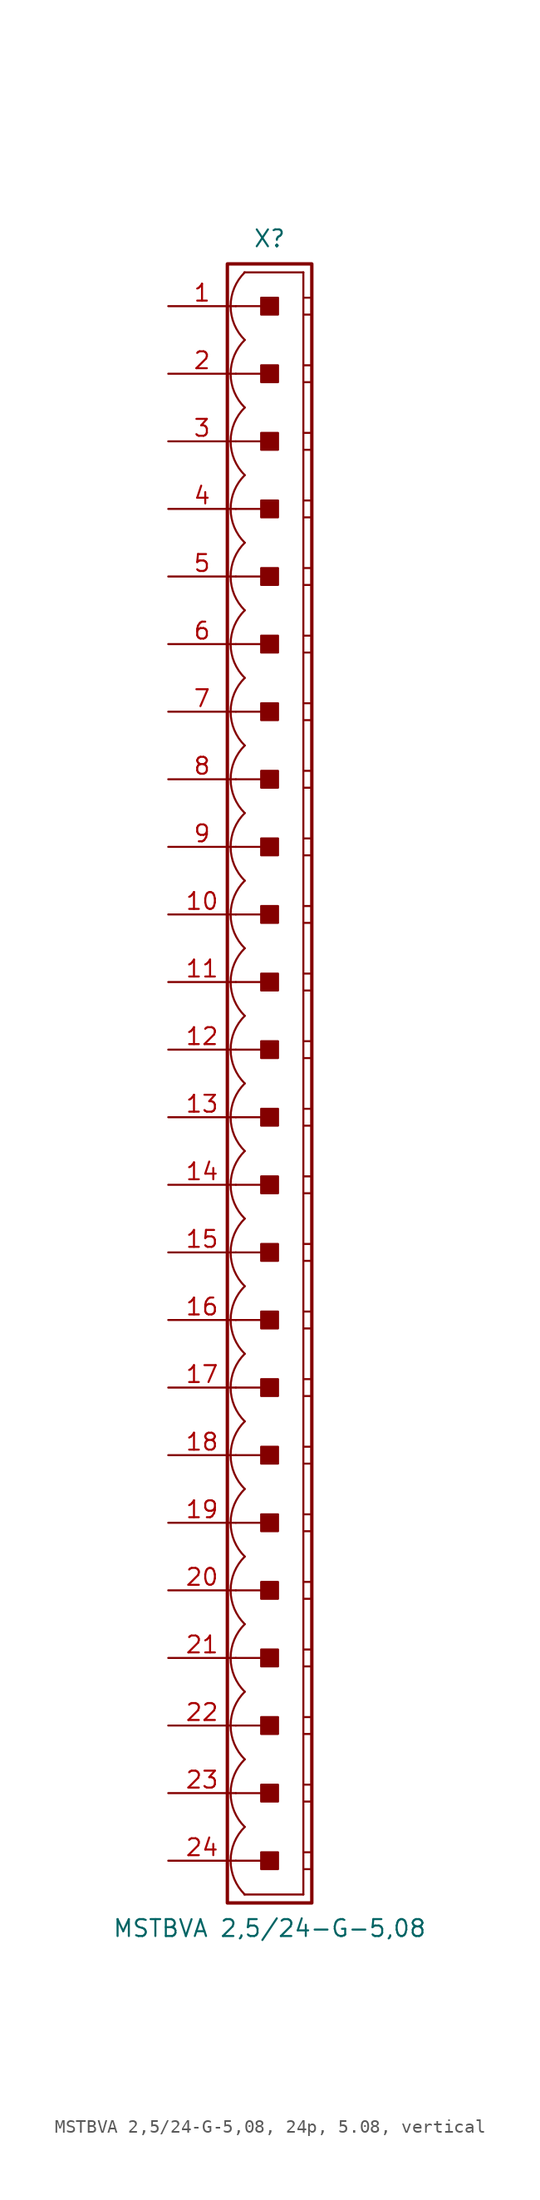
<source format=kicad_sym>
(kicad_symbol_lib
  (version 20241209)
  (generator "kicad_symbol_editor")
  (generator_version "9.0")
  (symbol "MSTBVA 2,5/24-G-5,08, 24p, 5.08, vertical"
    (pin_names
      (offset 1.016)
      (hide yes))
    (property "Reference" "X"
      (at 0 63.5 0)
      (effects (font (size 1.27 1.27))))
    (property "Value" "MSTBVA 2,5/24-G-5,08"
      (at 0 -63.5 0)
      (effects (font (size 1.27 1.27))))
    (property "Label" ""
      (at 0 0 0)
      (effects (font (size 1.27 1.27) (thickness 0.254) (bold yes))))
    (symbol "MSTBVA 2,5/24-G-5,08, 24p, 5.08, vertical_0_1"
      (polyline (pts (xy 2.54 60.96) (xy -1.905 60.96)) (stroke (width 0.152) (type default)) (fill (type none)))
      (polyline (pts (xy 2.54 60.96) (xy 2.54 -60.96)) (stroke (width 0.152) (type default)) (fill (type none)))
      (polyline (pts (xy 2.54 59.055) (xy 3.175 59.055)) (stroke (width 0.152) (type default)) (fill (type none)))
      (polyline (pts (xy 2.54 57.785) (xy 3.175 57.785)) (stroke (width 0.152) (type default)) (fill (type none)))
      (polyline (pts (xy 2.54 53.975) (xy 3.175 53.975)) (stroke (width 0.152) (type default)) (fill (type none)))
      (polyline (pts (xy 2.54 52.705) (xy 3.175 52.705)) (stroke (width 0.152) (type default)) (fill (type none)))
      (polyline (pts (xy 2.54 48.895) (xy 3.175 48.895)) (stroke (width 0.152) (type default)) (fill (type none)))
      (polyline (pts (xy 2.54 47.625) (xy 3.175 47.625)) (stroke (width 0.152) (type default)) (fill (type none)))
      (polyline (pts (xy 2.54 43.815) (xy 3.175 43.815)) (stroke (width 0.152) (type default)) (fill (type none)))
      (polyline (pts (xy 2.54 42.545) (xy 3.175 42.545)) (stroke (width 0.152) (type default)) (fill (type none)))
      (polyline (pts (xy 2.54 38.735) (xy 3.175 38.735)) (stroke (width 0.152) (type default)) (fill (type none)))
      (polyline (pts (xy 2.54 37.465) (xy 3.175 37.465)) (stroke (width 0.152) (type default)) (fill (type none)))
      (polyline (pts (xy 2.54 33.655) (xy 3.175 33.655)) (stroke (width 0.152) (type default)) (fill (type none)))
      (polyline (pts (xy 2.54 32.385) (xy 3.175 32.385)) (stroke (width 0.152) (type default)) (fill (type none)))
      (polyline (pts (xy 2.54 28.575) (xy 3.175 28.575)) (stroke (width 0.152) (type default)) (fill (type none)))
      (polyline (pts (xy 2.54 27.305) (xy 3.175 27.305)) (stroke (width 0.152) (type default)) (fill (type none)))
      (polyline (pts (xy 2.54 23.495) (xy 3.175 23.495)) (stroke (width 0.152) (type default)) (fill (type none)))
      (polyline (pts (xy 2.54 22.225) (xy 3.175 22.225)) (stroke (width 0.152) (type default)) (fill (type none)))
      (polyline (pts (xy 2.54 18.415) (xy 3.175 18.415)) (stroke (width 0.152) (type default)) (fill (type none)))
      (polyline (pts (xy 2.54 17.145) (xy 3.175 17.145)) (stroke (width 0.152) (type default)) (fill (type none)))
      (polyline (pts (xy 2.54 13.335) (xy 3.175 13.335)) (stroke (width 0.152) (type default)) (fill (type none)))
      (polyline (pts (xy 2.54 12.065) (xy 3.175 12.065)) (stroke (width 0.152) (type default)) (fill (type none)))
      (polyline (pts (xy 2.54 8.255) (xy 3.175 8.255)) (stroke (width 0.152) (type default)) (fill (type none)))
      (polyline (pts (xy 2.54 6.985) (xy 3.175 6.985)) (stroke (width 0.152) (type default)) (fill (type none)))
      (polyline (pts (xy 2.54 3.175) (xy 3.175 3.175)) (stroke (width 0.152) (type default)) (fill (type none)))
      (polyline (pts (xy 2.54 1.905) (xy 3.175 1.905)) (stroke (width 0.152) (type default)) (fill (type none)))
      (polyline (pts (xy 2.54 -1.905) (xy 3.175 -1.905)) (stroke (width 0.152) (type default)) (fill (type none)))
      (polyline (pts (xy 2.54 -3.175) (xy 3.175 -3.175)) (stroke (width 0.152) (type default)) (fill (type none)))
      (polyline (pts (xy 2.54 -6.985) (xy 3.175 -6.985)) (stroke (width 0.152) (type default)) (fill (type none)))
      (polyline (pts (xy 2.54 -8.255) (xy 3.175 -8.255)) (stroke (width 0.152) (type default)) (fill (type none)))
      (polyline (pts (xy 2.54 -12.065) (xy 3.175 -12.065)) (stroke (width 0.152) (type default)) (fill (type none)))
      (polyline (pts (xy 2.54 -13.335) (xy 3.175 -13.335)) (stroke (width 0.152) (type default)) (fill (type none)))
      (polyline (pts (xy 2.54 -17.145) (xy 3.175 -17.145)) (stroke (width 0.152) (type default)) (fill (type none)))
      (polyline (pts (xy 2.54 -18.415) (xy 3.175 -18.415)) (stroke (width 0.152) (type default)) (fill (type none)))
      (polyline (pts (xy 2.54 -22.225) (xy 3.175 -22.225)) (stroke (width 0.152) (type default)) (fill (type none)))
      (polyline (pts (xy 2.54 -23.495) (xy 3.175 -23.495)) (stroke (width 0.152) (type default)) (fill (type none)))
      (polyline (pts (xy 2.54 -27.305) (xy 3.175 -27.305)) (stroke (width 0.152) (type default)) (fill (type none)))
      (polyline (pts (xy 2.54 -28.575) (xy 3.175 -28.575)) (stroke (width 0.152) (type default)) (fill (type none)))
      (polyline (pts (xy 2.54 -32.385) (xy 3.175 -32.385)) (stroke (width 0.152) (type default)) (fill (type none)))
      (polyline (pts (xy 2.54 -33.655) (xy 3.175 -33.655)) (stroke (width 0.152) (type default)) (fill (type none)))
      (polyline (pts (xy 2.54 -37.465) (xy 3.175 -37.465)) (stroke (width 0.152) (type default)) (fill (type none)))
      (polyline (pts (xy 2.54 -38.735) (xy 3.175 -38.735)) (stroke (width 0.152) (type default)) (fill (type none)))
      (polyline (pts (xy 2.54 -42.545) (xy 3.175 -42.545)) (stroke (width 0.152) (type default)) (fill (type none)))
      (polyline (pts (xy 2.54 -43.815) (xy 3.175 -43.815)) (stroke (width 0.152) (type default)) (fill (type none)))
      (polyline (pts (xy 2.54 -47.625) (xy 3.175 -47.625)) (stroke (width 0.152) (type default)) (fill (type none)))
      (polyline (pts (xy 2.54 -48.895) (xy 3.175 -48.895)) (stroke (width 0.152) (type default)) (fill (type none)))
      (polyline (pts (xy 2.54 -52.705) (xy 3.175 -52.705)) (stroke (width 0.152) (type default)) (fill (type none)))
      (polyline (pts (xy 2.54 -53.975) (xy 3.175 -53.975)) (stroke (width 0.152) (type default)) (fill (type none)))
      (polyline (pts (xy 2.54 -57.785) (xy 3.175 -57.785)) (stroke (width 0.152) (type default)) (fill (type none)))
      (polyline (pts (xy 2.54 -59.055) (xy 3.175 -59.055)) (stroke (width 0.152) (type default)) (fill (type none)))
      (polyline (pts (xy 2.54 -60.96) (xy -1.905 -60.96)) (stroke (width 0.152) (type default)) (fill (type none))))
    (symbol "MSTBVA 2,5/24-G-5,08, 24p, 5.08, vertical_1_0"
      (polyline (pts (xy -2.54 58.42) (xy 0 58.42)) (stroke (width 0.152) (type default)) (fill (type none)))
      (polyline (pts (xy -2.54 53.34) (xy 0 53.34)) (stroke (width 0.152) (type default)) (fill (type none)))
      (polyline (pts (xy -2.54 48.26) (xy 0 48.26)) (stroke (width 0.152) (type default)) (fill (type none)))
      (polyline (pts (xy -2.54 43.18) (xy 0 43.18)) (stroke (width 0.152) (type default)) (fill (type none)))
      (polyline (pts (xy -2.54 38.1) (xy 0 38.1)) (stroke (width 0.152) (type default)) (fill (type none)))
      (polyline (pts (xy -2.54 33.02) (xy 0 33.02)) (stroke (width 0.152) (type default)) (fill (type none)))
      (polyline (pts (xy -2.54 27.94) (xy 0 27.94)) (stroke (width 0.152) (type default)) (fill (type none)))
      (polyline (pts (xy -2.54 22.86) (xy 0 22.86)) (stroke (width 0.152) (type default)) (fill (type none)))
      (polyline (pts (xy -2.54 17.78) (xy 0 17.78)) (stroke (width 0.152) (type default)) (fill (type none)))
      (polyline (pts (xy -2.54 12.7) (xy 0 12.7)) (stroke (width 0.152) (type default)) (fill (type none)))
      (polyline (pts (xy -2.54 7.62) (xy 0 7.62)) (stroke (width 0.152) (type default)) (fill (type none)))
      (polyline (pts (xy -2.54 2.54) (xy 0 2.54)) (stroke (width 0.152) (type default)) (fill (type none)))
      (polyline (pts (xy -2.54 -2.54) (xy 0 -2.54)) (stroke (width 0.152) (type default)) (fill (type none)))
      (polyline (pts (xy -2.54 -7.62) (xy 0 -7.62)) (stroke (width 0.152) (type default)) (fill (type none)))
      (polyline (pts (xy -2.54 -12.7) (xy 0 -12.7)) (stroke (width 0.152) (type default)) (fill (type none)))
      (polyline (pts (xy -2.54 -17.78) (xy 0 -17.78)) (stroke (width 0.152) (type default)) (fill (type none)))
      (polyline (pts (xy -2.54 -22.86) (xy 0 -22.86)) (stroke (width 0.152) (type default)) (fill (type none)))
      (polyline (pts (xy -2.54 -27.94) (xy 0 -27.94)) (stroke (width 0.152) (type default)) (fill (type none)))
      (polyline (pts (xy -2.54 -33.02) (xy 0 -33.02)) (stroke (width 0.152) (type default)) (fill (type none)))
      (polyline (pts (xy -2.54 -38.1) (xy 0 -38.1)) (stroke (width 0.152) (type default)) (fill (type none)))
      (polyline (pts (xy -2.54 -43.18) (xy 0 -43.18)) (stroke (width 0.152) (type default)) (fill (type none)))
      (polyline (pts (xy -2.54 -48.26) (xy 0 -48.26)) (stroke (width 0.152) (type default)) (fill (type none)))
      (polyline (pts (xy -2.54 -53.34) (xy 0 -53.34)) (stroke (width 0.152) (type default)) (fill (type none)))
      (polyline (pts (xy -2.54 -58.42) (xy 0 -58.42)) (stroke (width 0.152) (type default)) (fill (type none))))
    (symbol "MSTBVA 2,5/24-G-5,08, 24p, 5.08, vertical_1_1"
      (rectangle (start -3.175 61.595) (end 3.175 -61.595) (stroke (width 0.254) (type default)) (fill (type none)))
      (rectangle (start -0.635 57.785) (end 0.635 59.055) (stroke (width 0.152) (type default)) (fill (type outline)))
      (rectangle (start -0.635 52.705) (end 0.635 53.975) (stroke (width 0.152) (type default)) (fill (type outline)))
      (rectangle (start -0.635 47.625) (end 0.635 48.895) (stroke (width 0.152) (type default)) (fill (type outline)))
      (rectangle (start -0.635 42.545) (end 0.635 43.815) (stroke (width 0.152) (type default)) (fill (type outline)))
      (rectangle (start -0.635 37.465) (end 0.635 38.735) (stroke (width 0.152) (type default)) (fill (type outline)))
      (rectangle (start -0.635 32.385) (end 0.635 33.655) (stroke (width 0.152) (type default)) (fill (type outline)))
      (rectangle (start -0.635 27.305) (end 0.635 28.575) (stroke (width 0.152) (type default)) (fill (type outline)))
      (rectangle (start -0.635 22.225) (end 0.635 23.495) (stroke (width 0.152) (type default)) (fill (type outline)))
      (rectangle (start -0.635 17.145) (end 0.635 18.415) (stroke (width 0.152) (type default)) (fill (type outline)))
      (rectangle (start -0.635 12.065) (end 0.635 13.335) (stroke (width 0.152) (type default)) (fill (type outline)))
      (rectangle (start -0.635 6.985) (end 0.635 8.255) (stroke (width 0.152) (type default)) (fill (type outline)))
      (rectangle (start -0.635 1.905) (end 0.635 3.175) (stroke (width 0.152) (type default)) (fill (type outline)))
      (rectangle (start -0.635 -3.175) (end 0.635 -1.905) (stroke (width 0.152) (type default)) (fill (type outline)))
      (rectangle (start -0.635 -8.255) (end 0.635 -6.985) (stroke (width 0.152) (type default)) (fill (type outline)))
      (rectangle (start -0.635 -13.335) (end 0.635 -12.065) (stroke (width 0.152) (type default)) (fill (type outline)))
      (rectangle (start -0.635 -18.415) (end 0.635 -17.145) (stroke (width 0.152) (type default)) (fill (type outline)))
      (rectangle (start -0.635 -23.495) (end 0.635 -22.225) (stroke (width 0.152) (type default)) (fill (type outline)))
      (rectangle (start -0.635 -28.575) (end 0.635 -27.305) (stroke (width 0.152) (type default)) (fill (type outline)))
      (rectangle (start -0.635 -33.655) (end 0.635 -32.385) (stroke (width 0.152) (type default)) (fill (type outline)))
      (rectangle (start -0.635 -38.735) (end 0.635 -37.465) (stroke (width 0.152) (type default)) (fill (type outline)))
      (rectangle (start -0.635 -43.815) (end 0.635 -42.545) (stroke (width 0.152) (type default)) (fill (type outline)))
      (rectangle (start -0.635 -48.895) (end 0.635 -47.625) (stroke (width 0.152) (type default)) (fill (type outline)))
      (rectangle (start -0.635 -53.975) (end 0.635 -52.705) (stroke (width 0.152) (type default)) (fill (type outline)))
      (rectangle (start -0.635 -59.055) (end 0.635 -57.785) (stroke (width 0.152) (type default)) (fill (type outline)))
      (arc (start -1.8664 55.88) (mid -2.9299 58.42) (end -1.8664 60.96) (stroke (width 0.1524) (type default)) (fill (type none)))
      (arc (start -1.8664 50.8) (mid -2.9299 53.34) (end -1.8664 55.88) (stroke (width 0.1524) (type default)) (fill (type none)))
      (arc (start -1.8664 45.72) (mid -2.9299 48.26) (end -1.8664 50.8) (stroke (width 0.1524) (type default)) (fill (type none)))
      (arc (start -1.8664 40.64) (mid -2.9299 43.18) (end -1.8664 45.72) (stroke (width 0.1524) (type default)) (fill (type none)))
      (arc (start -1.8664 35.56) (mid -2.9299 38.1) (end -1.8664 40.64) (stroke (width 0.1524) (type default)) (fill (type none)))
      (arc (start -1.8664 30.48) (mid -2.9299 33.02) (end -1.8664 35.56) (stroke (width 0.1524) (type default)) (fill (type none)))
      (arc (start -1.8664 25.4) (mid -2.9299 27.94) (end -1.8664 30.48) (stroke (width 0.1524) (type default)) (fill (type none)))
      (arc (start -1.8664 20.32) (mid -2.9299 22.86) (end -1.8664 25.4) (stroke (width 0.1524) (type default)) (fill (type none)))
      (arc (start -1.8664 15.24) (mid -2.9299 17.78) (end -1.8664 20.32) (stroke (width 0.1524) (type default)) (fill (type none)))
      (arc (start -1.8664 10.16) (mid -2.9299 12.7) (end -1.8664 15.24) (stroke (width 0.1524) (type default)) (fill (type none)))
      (arc (start -1.8664 5.08) (mid -2.9299 7.62) (end -1.8664 10.16) (stroke (width 0.1524) (type default)) (fill (type none)))
      (arc (start -1.8664 0) (mid -2.9299 2.54) (end -1.8664 5.08) (stroke (width 0.1524) (type default)) (fill (type none)))
      (arc (start -1.8664 -5.08) (mid -2.9299 -2.54) (end -1.8664 0) (stroke (width 0.1524) (type default)) (fill (type none)))
      (arc (start -1.8664 -10.16) (mid -2.9299 -7.62) (end -1.8664 -5.08) (stroke (width 0.1524) (type default)) (fill (type none)))
      (arc (start -1.8664 -15.24) (mid -2.9299 -12.7) (end -1.8664 -10.16) (stroke (width 0.1524) (type default)) (fill (type none)))
      (arc (start -1.8664 -20.32) (mid -2.9299 -17.78) (end -1.8664 -15.24) (stroke (width 0.1524) (type default)) (fill (type none)))
      (arc (start -1.8664 -25.4) (mid -2.9299 -22.86) (end -1.8664 -20.32) (stroke (width 0.1524) (type default)) (fill (type none)))
      (arc (start -1.8664 -30.48) (mid -2.9299 -27.94) (end -1.8664 -25.4) (stroke (width 0.1524) (type default)) (fill (type none)))
      (arc (start -1.8664 -35.56) (mid -2.9299 -33.02) (end -1.8664 -30.48) (stroke (width 0.1524) (type default)) (fill (type none)))
      (arc (start -1.8664 -40.64) (mid -2.9299 -38.1) (end -1.8664 -35.56) (stroke (width 0.1524) (type default)) (fill (type none)))
      (arc (start -1.8664 -45.72) (mid -2.9299 -43.18) (end -1.8664 -40.64) (stroke (width 0.1524) (type default)) (fill (type none)))
      (arc (start -1.8664 -50.8) (mid -2.9299 -48.26) (end -1.8664 -45.72) (stroke (width 0.1524) (type default)) (fill (type none)))
      (arc (start -1.8664 -55.88) (mid -2.9299 -53.34) (end -1.8664 -50.8) (stroke (width 0.1524) (type default)) (fill (type none)))
      (arc (start -1.8664 -60.96) (mid -2.9299 -58.42) (end -1.8664 -55.88) (stroke (width 0.1524) (type default)) (fill (type none)))
      (pin passive line (at -7.62 58.42 0) (length 5.08) (name "1" (effects (font (size 1.27 1.27)))) (number "1" (effects (font (size 1.27 1.27)))))
      (pin passive line (at -7.62 53.34 0) (length 5.08) (name "2" (effects (font (size 1.27 1.27)))) (number "2" (effects (font (size 1.27 1.27)))))
      (pin passive line (at -7.62 48.26 0) (length 5.08) (name "3" (effects (font (size 1.27 1.27)))) (number "3" (effects (font (size 1.27 1.27)))))
      (pin passive line (at -7.62 43.18 0) (length 5.08) (name "4" (effects (font (size 1.27 1.27)))) (number "4" (effects (font (size 1.27 1.27)))))
      (pin passive line (at -7.62 38.1 0) (length 5.08) (name "5" (effects (font (size 1.27 1.27)))) (number "5" (effects (font (size 1.27 1.27)))))
      (pin passive line (at -7.62 33.02 0) (length 5.08) (name "6" (effects (font (size 1.27 1.27)))) (number "6" (effects (font (size 1.27 1.27)))))
      (pin passive line (at -7.62 27.94 0) (length 5.08) (name "7" (effects (font (size 1.27 1.27)))) (number "7" (effects (font (size 1.27 1.27)))))
      (pin passive line (at -7.62 22.86 0) (length 5.08) (name "8" (effects (font (size 1.27 1.27)))) (number "8" (effects (font (size 1.27 1.27)))))
      (pin passive line (at -7.62 17.78 0) (length 5.08) (name "9" (effects (font (size 1.27 1.27)))) (number "9" (effects (font (size 1.27 1.27)))))
      (pin passive line (at -7.62 12.7 0) (length 5.08) (name "10" (effects (font (size 1.27 1.27)))) (number "10" (effects (font (size 1.27 1.27)))))
      (pin passive line (at -7.62 7.62 0) (length 5.08) (name "11" (effects (font (size 1.27 1.27)))) (number "11" (effects (font (size 1.27 1.27)))))
      (pin passive line (at -7.62 2.54 0) (length 5.08) (name "12" (effects (font (size 1.27 1.27)))) (number "12" (effects (font (size 1.27 1.27)))))
      (pin passive line (at -7.62 -2.54 0) (length 5.08) (name "13" (effects (font (size 1.27 1.27)))) (number "13" (effects (font (size 1.27 1.27)))))
      (pin passive line (at -7.62 -7.62 0) (length 5.08) (name "14" (effects (font (size 1.27 1.27)))) (number "14" (effects (font (size 1.27 1.27)))))
      (pin passive line (at -7.62 -12.7 0) (length 5.08) (name "15" (effects (font (size 1.27 1.27)))) (number "15" (effects (font (size 1.27 1.27)))))
      (pin passive line (at -7.62 -17.78 0) (length 5.08) (name "16" (effects (font (size 1.27 1.27)))) (number "16" (effects (font (size 1.27 1.27)))))
      (pin passive line (at -7.62 -22.86 0) (length 5.08) (name "17" (effects (font (size 1.27 1.27)))) (number "17" (effects (font (size 1.27 1.27)))))
      (pin passive line (at -7.62 -27.94 0) (length 5.08) (name "18" (effects (font (size 1.27 1.27)))) (number "18" (effects (font (size 1.27 1.27)))))
      (pin passive line (at -7.62 -33.02 0) (length 5.08) (name "19" (effects (font (size 1.27 1.27)))) (number "19" (effects (font (size 1.27 1.27)))))
      (pin passive line (at -7.62 -38.1 0) (length 5.08) (name "20" (effects (font (size 1.27 1.27)))) (number "20" (effects (font (size 1.27 1.27)))))
      (pin passive line (at -7.62 -43.18 0) (length 5.08) (name "21" (effects (font (size 1.27 1.27)))) (number "21" (effects (font (size 1.27 1.27)))))
      (pin passive line (at -7.62 -48.26 0) (length 5.08) (name "22" (effects (font (size 1.27 1.27)))) (number "22" (effects (font (size 1.27 1.27)))))
      (pin passive line (at -7.62 -53.34 0) (length 5.08) (name "23" (effects (font (size 1.27 1.27)))) (number "23" (effects (font (size 1.27 1.27)))))
      (pin passive line (at -7.62 -58.42 0) (length 5.08) (name "24" (effects (font (size 1.27 1.27)))) (number "24" (effects (font (size 1.27 1.27))))))))
</source>
